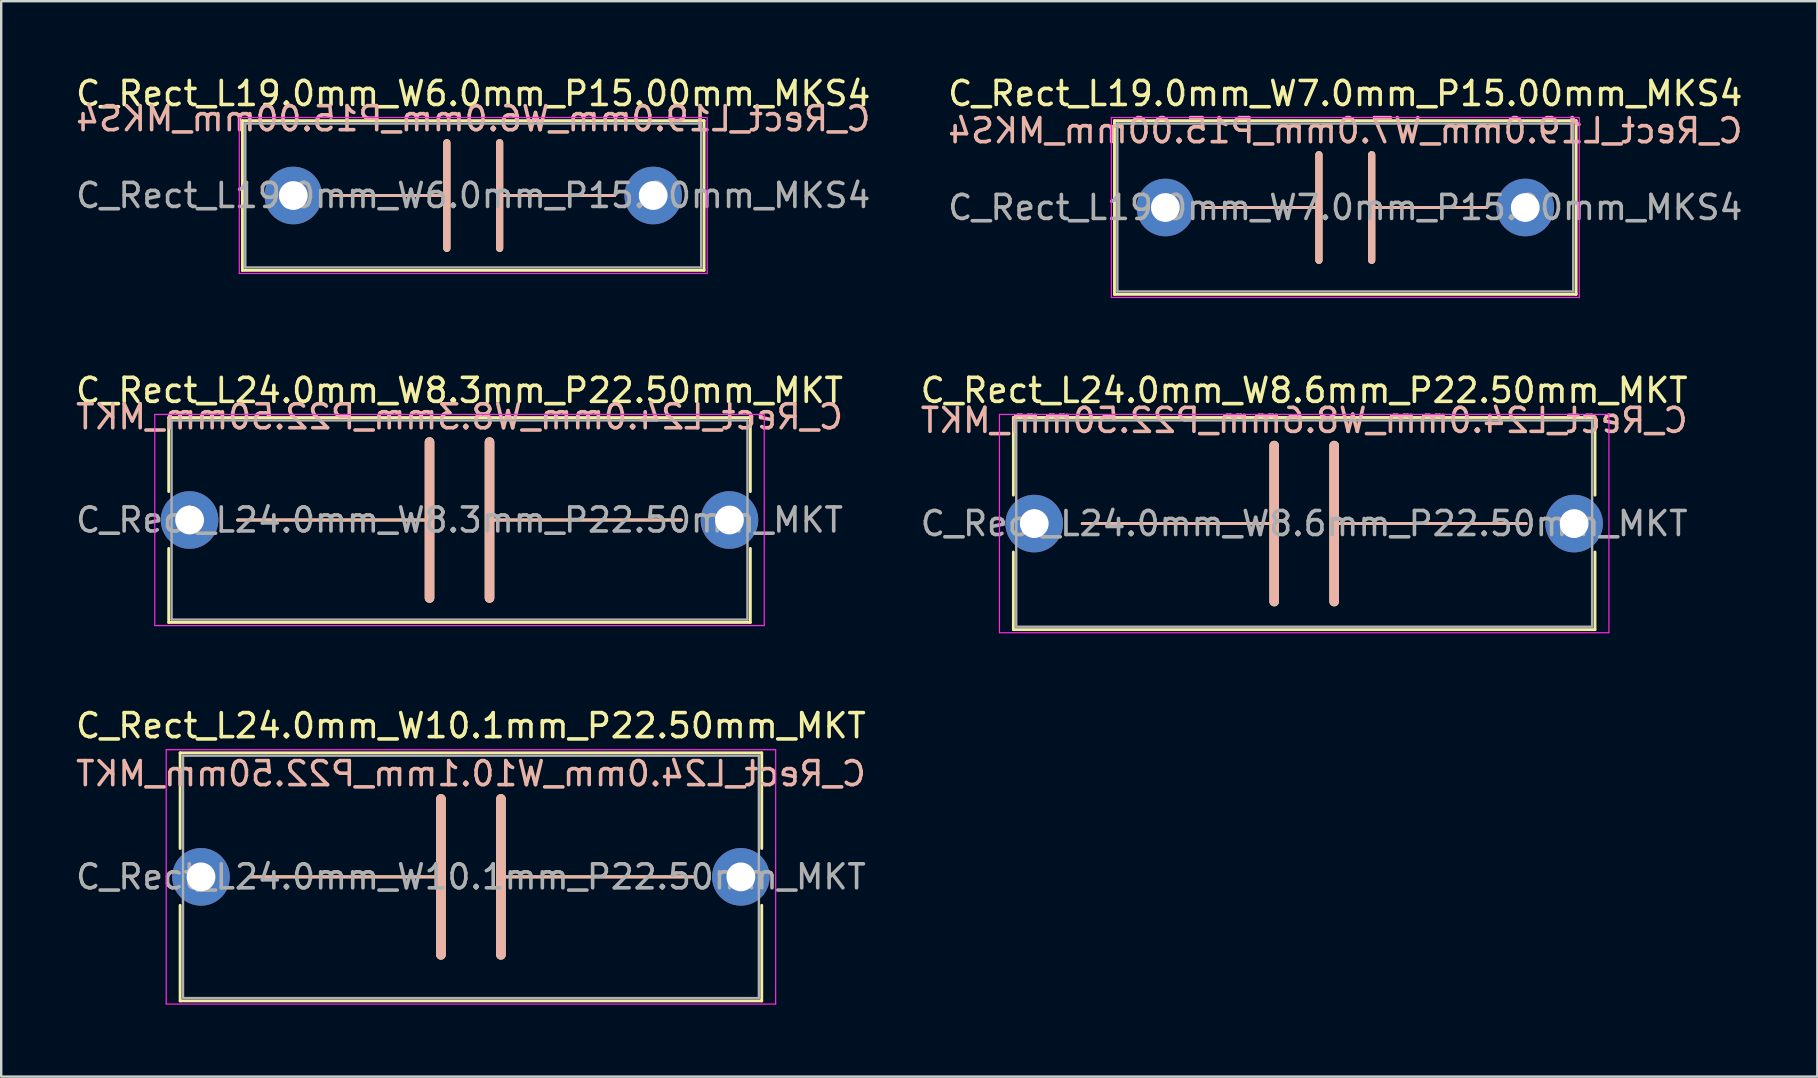
<source format=kicad_pcb>
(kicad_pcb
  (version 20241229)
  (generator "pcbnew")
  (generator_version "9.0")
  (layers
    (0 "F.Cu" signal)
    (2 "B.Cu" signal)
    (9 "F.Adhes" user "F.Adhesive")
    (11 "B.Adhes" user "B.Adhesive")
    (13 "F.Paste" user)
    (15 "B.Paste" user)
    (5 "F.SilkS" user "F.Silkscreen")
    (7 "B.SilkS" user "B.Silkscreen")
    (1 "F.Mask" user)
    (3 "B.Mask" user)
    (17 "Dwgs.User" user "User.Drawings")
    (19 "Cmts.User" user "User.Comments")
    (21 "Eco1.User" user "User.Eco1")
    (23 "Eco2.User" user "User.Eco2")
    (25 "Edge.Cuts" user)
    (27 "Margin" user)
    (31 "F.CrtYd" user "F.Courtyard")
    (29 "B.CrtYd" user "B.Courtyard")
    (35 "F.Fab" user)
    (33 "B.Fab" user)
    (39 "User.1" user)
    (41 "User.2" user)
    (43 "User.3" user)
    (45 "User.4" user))
  (footprint "C_Rect_L24.0mm_W8.6mm_P22.50mm_MKT"
    (layer "F.Cu")
    (at 40.054 18.771)
    (property "Reference" "C_Rect_L24.0mm_W8.6mm_P22.50mm_MKT" (at 11.25 -5.55 0) (layer "F.SilkS") (effects (font (size 1 1) (thickness 0.15))))
    (fp_line (start -0.87 -4.42) (end -0.87 -1.185) (stroke (width 0.12) (type solid)) (layer "F.SilkS"))
    (fp_line (start -0.87 -4.42) (end 23.37 -4.42) (stroke (width 0.12) (type solid)) (layer "F.SilkS"))
    (fp_line (start -0.87 1.185) (end -0.87 4.42) (stroke (width 0.12) (type solid)) (layer "F.SilkS"))
    (fp_line (start -0.87 4.42) (end 23.37 4.42) (stroke (width 0.12) (type solid)) (layer "F.SilkS"))
    (fp_line (start 2 0) (end 10 0) (stroke (width 0.12) (type solid)) (layer "F.SilkS"))
    (fp_line (start 10 -3.25) (end 10 3.25) (stroke (width 0.4) (type solid)) (layer "F.SilkS"))
    (fp_line (start 12.5 -3.25) (end 12.5 3.25) (stroke (width 0.4) (type solid)) (layer "F.SilkS"))
    (fp_line (start 12.5 0) (end 20.5 0) (stroke (width 0.12) (type solid)) (layer "F.SilkS"))
    (fp_line (start 23.37 -4.42) (end 23.37 -1.185) (stroke (width 0.12) (type solid)) (layer "F.SilkS"))
    (fp_line (start 23.37 1.185) (end 23.37 4.42) (stroke (width 0.12) (type solid)) (layer "F.SilkS"))
    (fp_line (start 2 0) (end 10 0) (stroke (width 0.12) (type solid)) (layer "B.SilkS"))
    (fp_line (start 10 3.25) (end 10 -3.25) (stroke (width 0.4) (type solid)) (layer "B.SilkS"))
    (fp_line (start 12.5 0) (end 20.5 0) (stroke (width 0.12) (type solid)) (layer "B.SilkS"))
    (fp_line (start 12.5 3.25) (end 12.5 -3.25) (stroke (width 0.4) (type solid)) (layer "B.SilkS"))
    (fp_line (start -1.45 -4.55) (end -1.45 4.55) (stroke (width 0.05) (type solid)) (layer "F.CrtYd"))
    (fp_line (start -1.45 4.55) (end 23.95 4.55) (stroke (width 0.05) (type solid)) (layer "F.CrtYd"))
    (fp_line (start 23.95 -4.55) (end -1.45 -4.55) (stroke (width 0.05) (type solid)) (layer "F.CrtYd"))
    (fp_line (start 23.95 4.55) (end 23.95 -4.55) (stroke (width 0.05) (type solid)) (layer "F.CrtYd"))
    (fp_line (start -0.75 -4.3) (end -0.75 4.3) (stroke (width 0.1) (type solid)) (layer "F.Fab"))
    (fp_line (start -0.75 4.3) (end 23.25 4.3) (stroke (width 0.1) (type solid)) (layer "F.Fab"))
    (fp_line (start 23.25 -4.3) (end -0.75 -4.3) (stroke (width 0.1) (type solid)) (layer "F.Fab"))
    (fp_line (start 23.25 4.3) (end 23.25 -4.3) (stroke (width 0.1) (type solid)) (layer "F.Fab"))
    (fp_text user "${REFERENCE}" (at 11.25 -4.3 0) (layer "B.SilkS") (effects (font (size 1 1) (thickness 0.15)) (justify mirror)))
    (fp_text user "${REFERENCE}" (at 11.25 0 0) (layer "F.Fab") (effects (font (size 1 1) (thickness 0.15))))
    (pad "1" thru_hole circle (at 0 0) (size 2.4 2.4) (drill 1.2) (layers "*.Cu" "*.Mask"))
    (pad "2" thru_hole circle (at 22.5 0) (size 2.4 2.4) (drill 1.2) (layers "*.Cu" "*.Mask")))
  (footprint "C_Rect_L24.0mm_W8.3mm_P22.50mm_MKT"
    (layer "F.Cu")
    (at 4.851 18.622)
    (property "Reference" "C_Rect_L24.0mm_W8.3mm_P22.50mm_MKT" (at 11.25 -5.4 0) (layer "F.SilkS") (effects (font (size 1 1) (thickness 0.15))))
    (fp_line (start -0.87 -4.27) (end -0.87 -1.185) (stroke (width 0.12) (type solid)) (layer "F.SilkS"))
    (fp_line (start -0.87 -4.27) (end 23.37 -4.27) (stroke (width 0.12) (type solid)) (layer "F.SilkS"))
    (fp_line (start -0.87 1.185) (end -0.87 4.27) (stroke (width 0.12) (type solid)) (layer "F.SilkS"))
    (fp_line (start -0.87 4.27) (end 23.37 4.27) (stroke (width 0.12) (type solid)) (layer "F.SilkS"))
    (fp_line (start 2 0) (end 10 0) (stroke (width 0.12) (type solid)) (layer "F.SilkS"))
    (fp_line (start 10 -3.25) (end 10 3.25) (stroke (width 0.4) (type solid)) (layer "F.SilkS"))
    (fp_line (start 12.5 -3.25) (end 12.5 3.25) (stroke (width 0.4) (type solid)) (layer "F.SilkS"))
    (fp_line (start 12.5 0) (end 20.5 0) (stroke (width 0.12) (type solid)) (layer "F.SilkS"))
    (fp_line (start 23.37 -4.27) (end 23.37 -1.185) (stroke (width 0.12) (type solid)) (layer "F.SilkS"))
    (fp_line (start 23.37 1.185) (end 23.37 4.27) (stroke (width 0.12) (type solid)) (layer "F.SilkS"))
    (fp_line (start 2 0) (end 10 0) (stroke (width 0.12) (type solid)) (layer "B.SilkS"))
    (fp_line (start 10 3.25) (end 10 -3.25) (stroke (width 0.4) (type solid)) (layer "B.SilkS"))
    (fp_line (start 12.5 0) (end 20.5 0) (stroke (width 0.12) (type solid)) (layer "B.SilkS"))
    (fp_line (start 12.5 3.25) (end 12.5 -3.25) (stroke (width 0.4) (type solid)) (layer "B.SilkS"))
    (fp_line (start -1.45 -4.4) (end -1.45 4.4) (stroke (width 0.05) (type solid)) (layer "F.CrtYd"))
    (fp_line (start -1.45 4.4) (end 23.95 4.4) (stroke (width 0.05) (type solid)) (layer "F.CrtYd"))
    (fp_line (start 23.95 -4.4) (end -1.45 -4.4) (stroke (width 0.05) (type solid)) (layer "F.CrtYd"))
    (fp_line (start 23.95 4.4) (end 23.95 -4.4) (stroke (width 0.05) (type solid)) (layer "F.CrtYd"))
    (fp_line (start -0.75 -4.15) (end -0.75 4.15) (stroke (width 0.1) (type solid)) (layer "F.Fab"))
    (fp_line (start -0.75 4.15) (end 23.25 4.15) (stroke (width 0.1) (type solid)) (layer "F.Fab"))
    (fp_line (start 23.25 -4.15) (end -0.75 -4.15) (stroke (width 0.1) (type solid)) (layer "F.Fab"))
    (fp_line (start 23.25 4.15) (end 23.25 -4.15) (stroke (width 0.1) (type solid)) (layer "F.Fab"))
    (fp_text user "${REFERENCE}" (at 11.25 -4.3 0) (layer "B.SilkS") (effects (font (size 1 1) (thickness 0.15)) (justify mirror)))
    (fp_text user "${REFERENCE}" (at 11.25 0 0) (layer "F.Fab") (effects (font (size 1 1) (thickness 0.15))))
    (pad "1" thru_hole circle (at 0 0) (size 2.4 2.4) (drill 1.2) (layers "*.Cu" "*.Mask"))
    (pad "2" thru_hole circle (at 22.5 0) (size 2.4 2.4) (drill 1.2) (layers "*.Cu" "*.Mask")))
  (footprint "C_Rect_L19.0mm_W6.0mm_P15.00mm_MKS4"
    (layer "F.Cu")
    (at 9.173 5.098)
    (property "Reference" "C_Rect_L19.0mm_W6.0mm_P15.00mm_MKS4" (at 7.5 -4.25 0) (layer "F.SilkS") (effects (font (size 1 1) (thickness 0.15))))
    (fp_line (start -2.12 -3.12) (end -2.12 3.12) (stroke (width 0.12) (type solid)) (layer "F.SilkS"))
    (fp_line (start -2.12 -3.12) (end 17.12 -3.12) (stroke (width 0.12) (type solid)) (layer "F.SilkS"))
    (fp_line (start -2.12 3.12) (end 17.12 3.12) (stroke (width 0.12) (type solid)) (layer "F.SilkS"))
    (fp_line (start 1.6 0) (end 6.4 0) (stroke (width 0.12) (type solid)) (layer "F.SilkS"))
    (fp_line (start 6.4 -2.2) (end 6.4 2.2) (stroke (width 0.3) (type solid)) (layer "F.SilkS"))
    (fp_line (start 8.6 -2.2) (end 8.6 2.2) (stroke (width 0.3) (type solid)) (layer "F.SilkS"))
    (fp_line (start 8.6 0) (end 13.4 0) (stroke (width 0.12) (type solid)) (layer "F.SilkS"))
    (fp_line (start 17.12 -3.12) (end 17.12 3.12) (stroke (width 0.12) (type solid)) (layer "F.SilkS"))
    (fp_line (start 1.6 0) (end 6.4 0) (stroke (width 0.12) (type solid)) (layer "B.SilkS"))
    (fp_line (start 6.4 2.2) (end 6.4 -2.2) (stroke (width 0.3) (type solid)) (layer "B.SilkS"))
    (fp_line (start 8.6 0) (end 13.4 0) (stroke (width 0.12) (type solid)) (layer "B.SilkS"))
    (fp_line (start 8.6 2.2) (end 8.6 -2.2) (stroke (width 0.3) (type solid)) (layer "B.SilkS"))
    (fp_line (start -2.25 -3.25) (end -2.25 3.25) (stroke (width 0.05) (type solid)) (layer "F.CrtYd"))
    (fp_line (start -2.25 3.25) (end 17.25 3.25) (stroke (width 0.05) (type solid)) (layer "F.CrtYd"))
    (fp_line (start 17.25 -3.25) (end -2.25 -3.25) (stroke (width 0.05) (type solid)) (layer "F.CrtYd"))
    (fp_line (start 17.25 3.25) (end 17.25 -3.25) (stroke (width 0.05) (type solid)) (layer "F.CrtYd"))
    (fp_line (start -2 -3) (end -2 3) (stroke (width 0.1) (type solid)) (layer "F.Fab"))
    (fp_line (start -2 3) (end 17 3) (stroke (width 0.1) (type solid)) (layer "F.Fab"))
    (fp_line (start 17 -3) (end -2 -3) (stroke (width 0.1) (type solid)) (layer "F.Fab"))
    (fp_line (start 17 3) (end 17 -3) (stroke (width 0.1) (type solid)) (layer "F.Fab"))
    (fp_text user "${REFERENCE}" (at 7.5 -3.2 0) (layer "B.SilkS") (effects (font (size 1 1) (thickness 0.15)) (justify mirror)))
    (fp_text user "${REFERENCE}" (at 7.5 0 0) (layer "F.Fab") (effects (font (size 1 1) (thickness 0.15))))
    (pad "1" thru_hole circle (at 0 0) (size 2.4 2.4) (drill 1.2) (layers "*.Cu" "*.Mask"))
    (pad "2" thru_hole circle (at 15 0) (size 2.4 2.4) (drill 1.2) (layers "*.Cu" "*.Mask")))
  (footprint "C_Rect_L24.0mm_W10.1mm_P22.50mm_MKT"
    (layer "F.Cu")
    (at 5.327 33.495)
    (property "Reference" "C_Rect_L24.0mm_W10.1mm_P22.50mm_MKT" (at 11.25 -6.3 0) (layer "F.SilkS") (effects (font (size 1 1) (thickness 0.15))))
    (fp_line (start -0.87 -5.17) (end -0.87 -1.185) (stroke (width 0.12) (type solid)) (layer "F.SilkS"))
    (fp_line (start -0.87 -5.17) (end 23.37 -5.17) (stroke (width 0.12) (type solid)) (layer "F.SilkS"))
    (fp_line (start -0.87 1.185) (end -0.87 5.17) (stroke (width 0.12) (type solid)) (layer "F.SilkS"))
    (fp_line (start -0.87 5.17) (end 23.37 5.17) (stroke (width 0.12) (type solid)) (layer "F.SilkS"))
    (fp_line (start 2 0) (end 10 0) (stroke (width 0.12) (type solid)) (layer "F.SilkS"))
    (fp_line (start 10 -3.25) (end 10 3.25) (stroke (width 0.4) (type solid)) (layer "F.SilkS"))
    (fp_line (start 12.5 -3.25) (end 12.5 3.25) (stroke (width 0.4) (type solid)) (layer "F.SilkS"))
    (fp_line (start 12.5 0) (end 20.5 0) (stroke (width 0.12) (type solid)) (layer "F.SilkS"))
    (fp_line (start 23.37 -5.17) (end 23.37 -1.185) (stroke (width 0.12) (type solid)) (layer "F.SilkS"))
    (fp_line (start 23.37 1.185) (end 23.37 5.17) (stroke (width 0.12) (type solid)) (layer "F.SilkS"))
    (fp_line (start 2 0) (end 10 0) (stroke (width 0.12) (type solid)) (layer "B.SilkS"))
    (fp_line (start 10 3.25) (end 10 -3.25) (stroke (width 0.4) (type solid)) (layer "B.SilkS"))
    (fp_line (start 12.5 0) (end 20.5 0) (stroke (width 0.12) (type solid)) (layer "B.SilkS"))
    (fp_line (start 12.5 3.25) (end 12.5 -3.25) (stroke (width 0.4) (type solid)) (layer "B.SilkS"))
    (fp_line (start -1.45 -5.3) (end -1.45 5.3) (stroke (width 0.05) (type solid)) (layer "F.CrtYd"))
    (fp_line (start -1.45 5.3) (end 23.95 5.3) (stroke (width 0.05) (type solid)) (layer "F.CrtYd"))
    (fp_line (start 23.95 -5.3) (end -1.45 -5.3) (stroke (width 0.05) (type solid)) (layer "F.CrtYd"))
    (fp_line (start 23.95 5.3) (end 23.95 -5.3) (stroke (width 0.05) (type solid)) (layer "F.CrtYd"))
    (fp_line (start -0.75 -5.05) (end -0.75 5.05) (stroke (width 0.1) (type solid)) (layer "F.Fab"))
    (fp_line (start -0.75 5.05) (end 23.25 5.05) (stroke (width 0.1) (type solid)) (layer "F.Fab"))
    (fp_line (start 23.25 -5.05) (end -0.75 -5.05) (stroke (width 0.1) (type solid)) (layer "F.Fab"))
    (fp_line (start 23.25 5.05) (end 23.25 -5.05) (stroke (width 0.1) (type solid)) (layer "F.Fab"))
    (fp_text user "${REFERENCE}" (at 11.25 -4.3 0) (layer "B.SilkS") (effects (font (size 1 1) (thickness 0.15)) (justify mirror)))
    (fp_text user "${REFERENCE}" (at 11.25 0 0) (layer "F.Fab") (effects (font (size 1 1) (thickness 0.15))))
    (pad "1" thru_hole circle (at 0 0) (size 2.4 2.4) (drill 1.2) (layers "*.Cu" "*.Mask"))
    (pad "2" thru_hole circle (at 22.5 0) (size 2.4 2.4) (drill 1.2) (layers "*.Cu" "*.Mask")))
  (footprint "C_Rect_L19.0mm_W7.0mm_P15.00mm_MKS4"
    (layer "F.Cu")
    (at 45.518 5.598)
    (property "Reference" "C_Rect_L19.0mm_W7.0mm_P15.00mm_MKS4" (at 7.5 -4.75 0) (layer "F.SilkS") (effects (font (size 1 1) (thickness 0.15))))
    (fp_line (start -2.12 -3.62) (end -2.12 3.62) (stroke (width 0.12) (type solid)) (layer "F.SilkS"))
    (fp_line (start -2.12 -3.62) (end 17.12 -3.62) (stroke (width 0.12) (type solid)) (layer "F.SilkS"))
    (fp_line (start -2.12 3.62) (end 17.12 3.62) (stroke (width 0.12) (type solid)) (layer "F.SilkS"))
    (fp_line (start 1.6 0) (end 6.4 0) (stroke (width 0.12) (type solid)) (layer "F.SilkS"))
    (fp_line (start 6.4 -2.2) (end 6.4 2.2) (stroke (width 0.3) (type solid)) (layer "F.SilkS"))
    (fp_line (start 8.6 -2.2) (end 8.6 2.2) (stroke (width 0.3) (type solid)) (layer "F.SilkS"))
    (fp_line (start 8.6 0) (end 13.4 0) (stroke (width 0.12) (type solid)) (layer "F.SilkS"))
    (fp_line (start 17.12 -3.62) (end 17.12 3.62) (stroke (width 0.12) (type solid)) (layer "F.SilkS"))
    (fp_line (start 1.6 0) (end 6.4 0) (stroke (width 0.12) (type solid)) (layer "B.SilkS"))
    (fp_line (start 6.4 2.2) (end 6.4 -2.2) (stroke (width 0.3) (type solid)) (layer "B.SilkS"))
    (fp_line (start 8.6 0) (end 13.4 0) (stroke (width 0.12) (type solid)) (layer "B.SilkS"))
    (fp_line (start 8.6 2.2) (end 8.6 -2.2) (stroke (width 0.3) (type solid)) (layer "B.SilkS"))
    (fp_line (start -2.25 -3.75) (end -2.25 3.75) (stroke (width 0.05) (type solid)) (layer "F.CrtYd"))
    (fp_line (start -2.25 3.75) (end 17.25 3.75) (stroke (width 0.05) (type solid)) (layer "F.CrtYd"))
    (fp_line (start 17.25 -3.75) (end -2.25 -3.75) (stroke (width 0.05) (type solid)) (layer "F.CrtYd"))
    (fp_line (start 17.25 3.75) (end 17.25 -3.75) (stroke (width 0.05) (type solid)) (layer "F.CrtYd"))
    (fp_line (start -2 -3.5) (end -2 3.5) (stroke (width 0.1) (type solid)) (layer "F.Fab"))
    (fp_line (start -2 3.5) (end 17 3.5) (stroke (width 0.1) (type solid)) (layer "F.Fab"))
    (fp_line (start 17 -3.5) (end -2 -3.5) (stroke (width 0.1) (type solid)) (layer "F.Fab"))
    (fp_line (start 17 3.5) (end 17 -3.5) (stroke (width 0.1) (type solid)) (layer "F.Fab"))
    (fp_text user "${REFERENCE}" (at 7.5 -3.2 0) (layer "B.SilkS") (effects (font (size 1 1) (thickness 0.15)) (justify mirror)))
    (fp_text user "${REFERENCE}" (at 7.5 0 0) (layer "F.Fab") (effects (font (size 1 1) (thickness 0.15))))
    (pad "1" thru_hole circle (at 0 0) (size 2.4 2.4) (drill 1.2) (layers "*.Cu" "*.Mask"))
    (pad "2" thru_hole circle (at 15 0) (size 2.4 2.4) (drill 1.2) (layers "*.Cu" "*.Mask")))
  (gr_rect
    (start -3 -3)
    (end 72.69 41.82)
    (stroke (width 0.1) (type default))
    (fill no)
    (layer "Edge.Cuts")))
</source>
